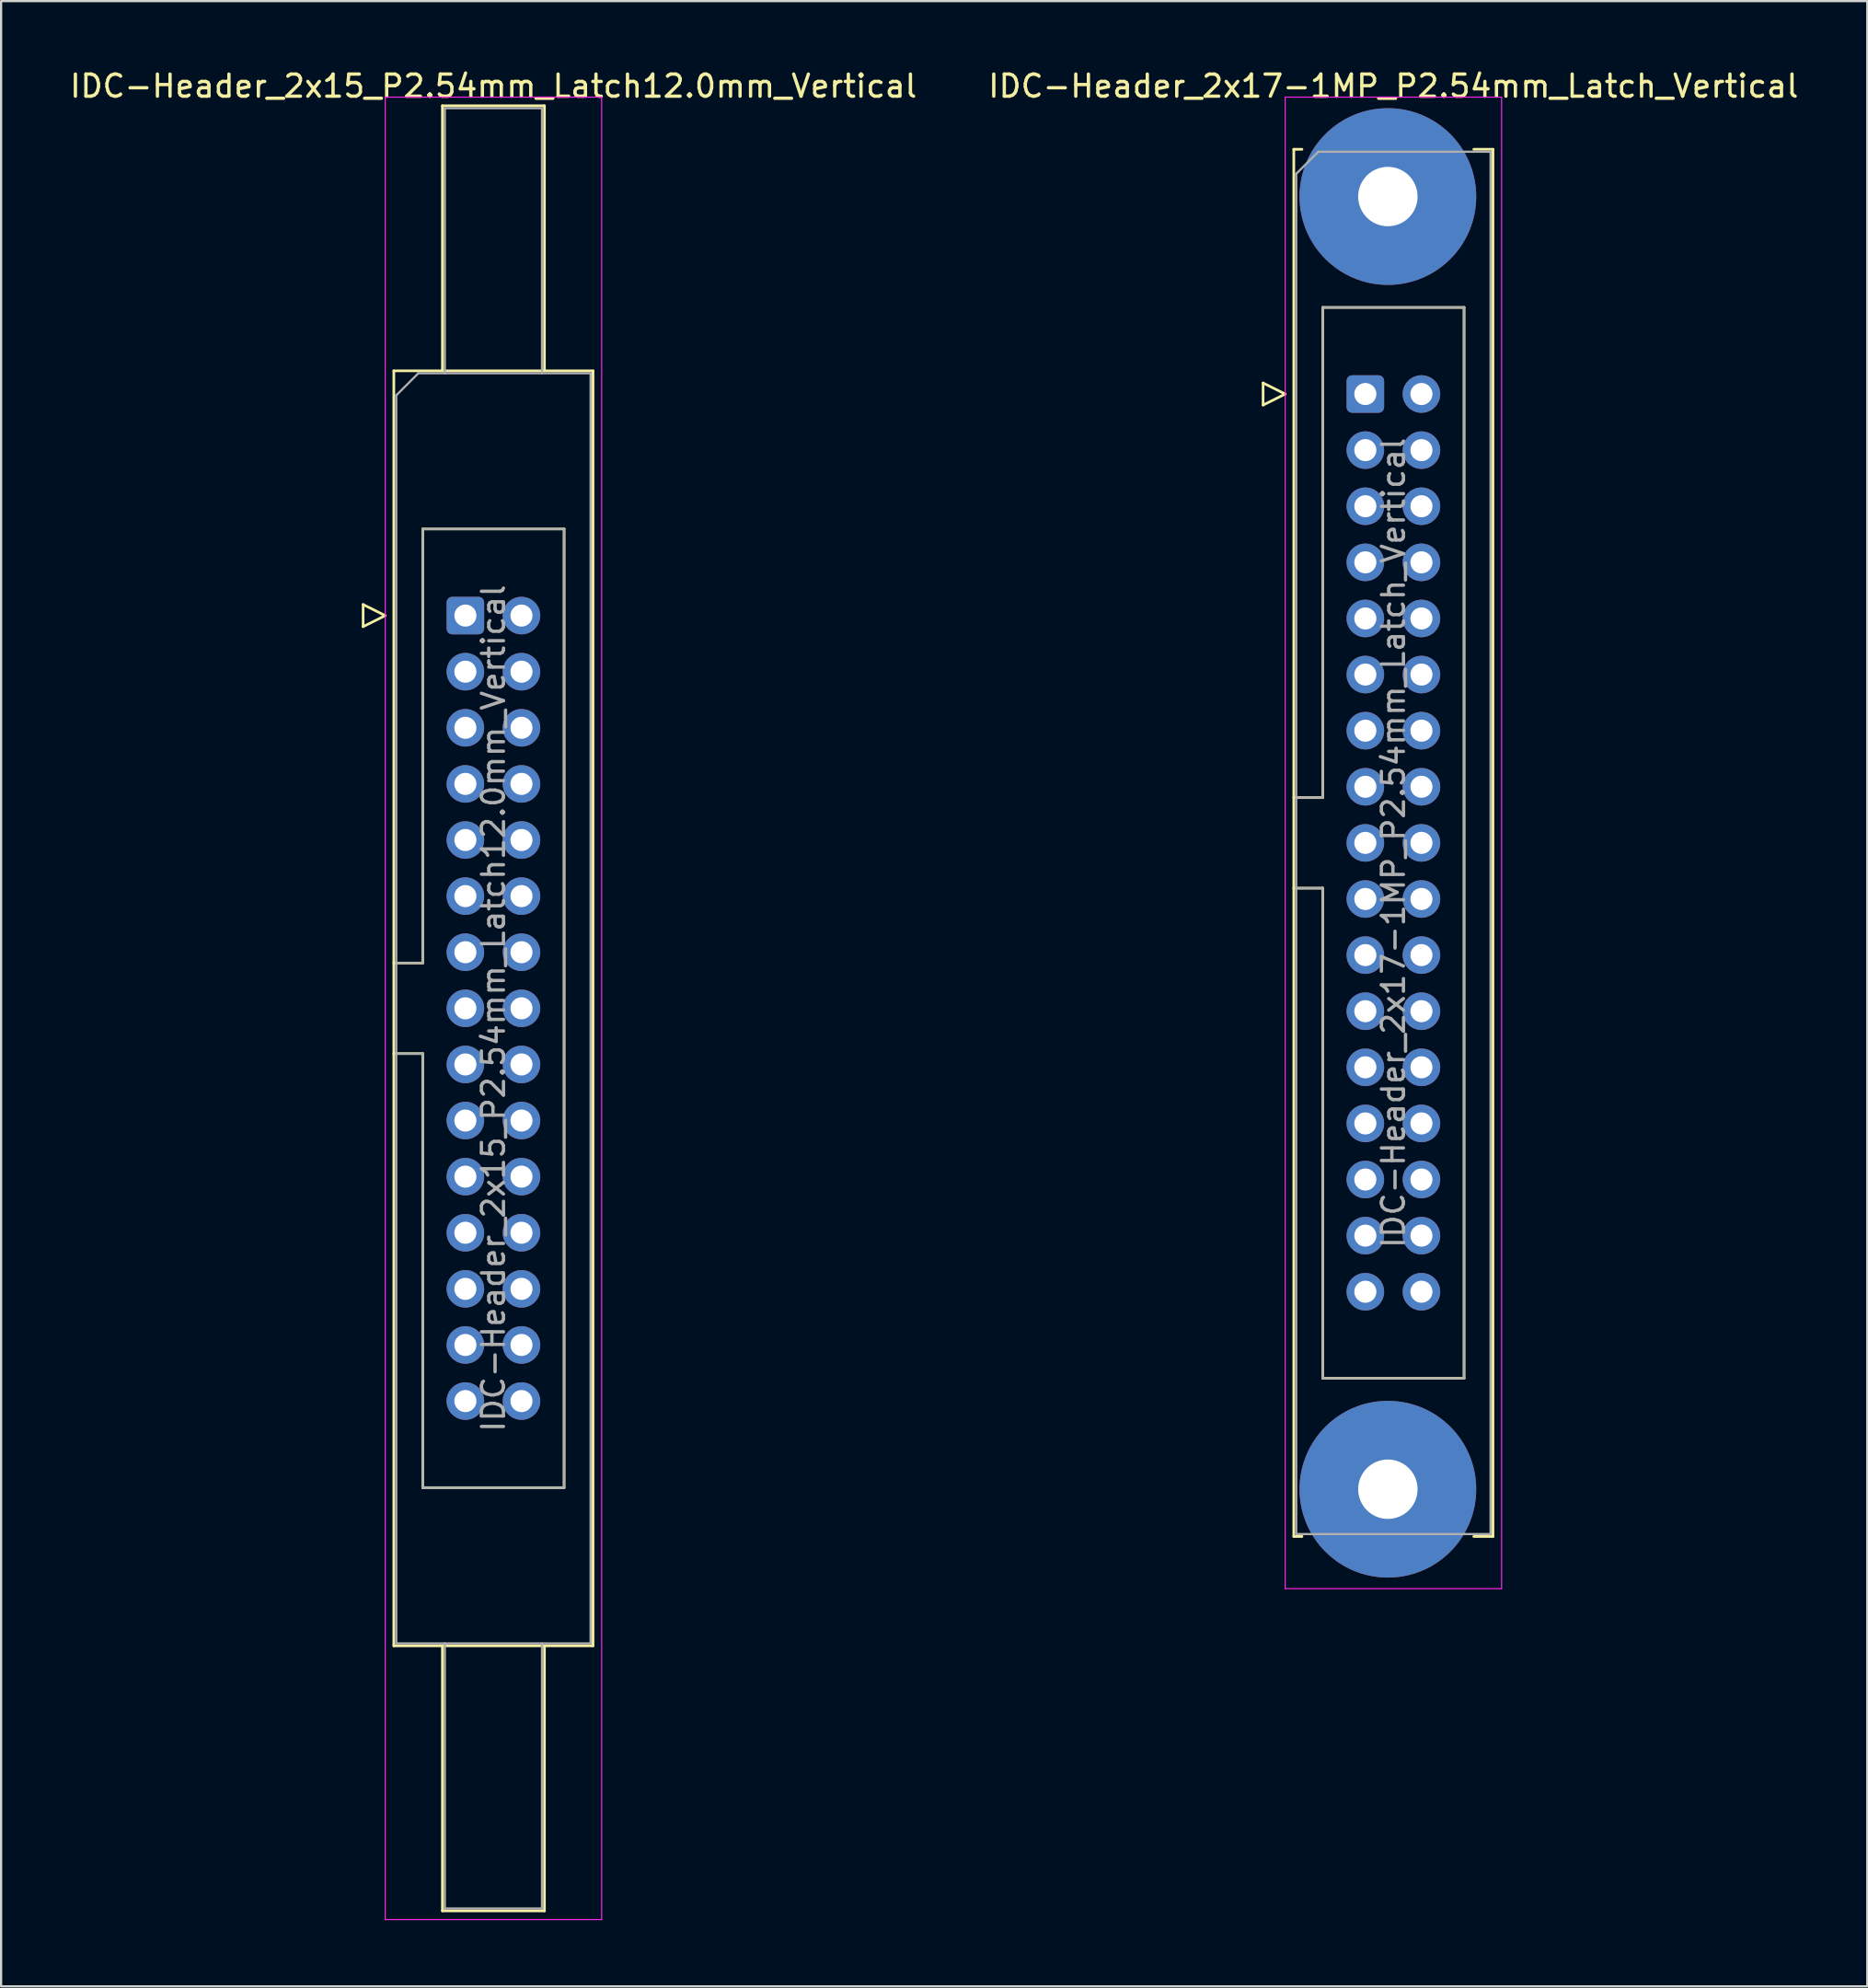
<source format=kicad_pcb>
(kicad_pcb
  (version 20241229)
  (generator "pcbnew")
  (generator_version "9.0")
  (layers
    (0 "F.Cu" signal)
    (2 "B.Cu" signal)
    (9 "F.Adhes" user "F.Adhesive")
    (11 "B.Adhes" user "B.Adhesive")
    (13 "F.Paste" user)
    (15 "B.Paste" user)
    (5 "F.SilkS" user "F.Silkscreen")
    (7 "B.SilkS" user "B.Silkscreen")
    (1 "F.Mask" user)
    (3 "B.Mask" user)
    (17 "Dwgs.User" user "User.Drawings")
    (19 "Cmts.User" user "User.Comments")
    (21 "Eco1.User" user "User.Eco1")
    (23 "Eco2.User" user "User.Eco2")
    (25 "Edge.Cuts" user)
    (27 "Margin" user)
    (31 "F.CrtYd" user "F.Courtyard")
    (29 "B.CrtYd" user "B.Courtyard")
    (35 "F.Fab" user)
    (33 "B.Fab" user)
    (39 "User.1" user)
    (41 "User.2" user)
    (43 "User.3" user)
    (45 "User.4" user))
  (footprint "IDC-Header_2x15_P2.54mm_Latch12.0mm_Vertical"
    (layer "F.Cu")
    (at 18.022 24.818)
    (property "Reference" "IDC-Header_2x15_P2.54mm_Latch12.0mm_Vertical" (at 1.27 -23.97 0) (layer "F.SilkS") (effects (font (size 1 1) (thickness 0.15))))
    (attr through_hole)
    (fp_line (start -4.63 -0.5) (end -4.63 0.5) (stroke (width 0.12) (type solid)) (layer "F.SilkS"))
    (fp_line (start -4.63 0.5) (end -3.63 0) (stroke (width 0.12) (type solid)) (layer "F.SilkS"))
    (fp_line (start -3.63 0) (end -4.63 -0.5) (stroke (width 0.12) (type solid)) (layer "F.SilkS"))
    (fp_line (start -3.24 -11.08) (end 5.78 -11.08) (stroke (width 0.12) (type solid)) (layer "F.SilkS"))
    (fp_line (start -3.24 15.73) (end -1.93 15.73) (stroke (width 0.12) (type solid)) (layer "F.SilkS"))
    (fp_line (start -3.24 46.64) (end -3.24 -11.08) (stroke (width 0.12) (type solid)) (layer "F.SilkS"))
    (fp_line (start -1.93 -3.92) (end 4.47 -3.92) (stroke (width 0.12) (type solid)) (layer "F.SilkS"))
    (fp_line (start -1.93 15.73) (end -1.93 -3.92) (stroke (width 0.12) (type solid)) (layer "F.SilkS"))
    (fp_line (start -1.93 19.83) (end -3.24 19.83) (stroke (width 0.12) (type solid)) (layer "F.SilkS"))
    (fp_line (start -1.93 19.83) (end -1.93 19.83) (stroke (width 0.12) (type solid)) (layer "F.SilkS"))
    (fp_line (start -1.93 39.48) (end -1.93 19.83) (stroke (width 0.12) (type solid)) (layer "F.SilkS"))
    (fp_line (start -1.04 -23.08) (end 3.58 -23.08) (stroke (width 0.12) (type solid)) (layer "F.SilkS"))
    (fp_line (start -1.04 -11.08) (end -1.04 -23.08) (stroke (width 0.12) (type solid)) (layer "F.SilkS"))
    (fp_line (start -1.04 46.64) (end -1.04 58.64) (stroke (width 0.12) (type solid)) (layer "F.SilkS"))
    (fp_line (start -1.04 58.64) (end 3.58 58.64) (stroke (width 0.12) (type solid)) (layer "F.SilkS"))
    (fp_line (start 3.58 -23.08) (end 3.58 -11.08) (stroke (width 0.12) (type solid)) (layer "F.SilkS"))
    (fp_line (start 3.58 58.64) (end 3.58 46.64) (stroke (width 0.12) (type solid)) (layer "F.SilkS"))
    (fp_line (start 4.47 -3.92) (end 4.47 39.48) (stroke (width 0.12) (type solid)) (layer "F.SilkS"))
    (fp_line (start 4.47 39.48) (end -1.93 39.48) (stroke (width 0.12) (type solid)) (layer "F.SilkS"))
    (fp_line (start 5.78 -11.08) (end 5.78 46.64) (stroke (width 0.12) (type solid)) (layer "F.SilkS"))
    (fp_line (start 5.78 46.64) (end -3.24 46.64) (stroke (width 0.12) (type solid)) (layer "F.SilkS"))
    (fp_line (start -3.63 -23.47) (end -3.63 59.03) (stroke (width 0.05) (type solid)) (layer "F.CrtYd"))
    (fp_line (start -3.63 59.03) (end 6.17 59.03) (stroke (width 0.05) (type solid)) (layer "F.CrtYd"))
    (fp_line (start 6.17 -23.47) (end -3.63 -23.47) (stroke (width 0.05) (type solid)) (layer "F.CrtYd"))
    (fp_line (start 6.17 59.03) (end 6.17 -23.47) (stroke (width 0.05) (type solid)) (layer "F.CrtYd"))
    (fp_line (start -3.13 -9.97) (end -2.13 -10.97) (stroke (width 0.1) (type solid)) (layer "F.Fab"))
    (fp_line (start -3.13 15.73) (end -1.93 15.73) (stroke (width 0.1) (type solid)) (layer "F.Fab"))
    (fp_line (start -3.13 46.53) (end -3.13 -9.97) (stroke (width 0.1) (type solid)) (layer "F.Fab"))
    (fp_line (start -2.13 -10.97) (end 5.67 -10.97) (stroke (width 0.1) (type solid)) (layer "F.Fab"))
    (fp_line (start -1.93 -3.92) (end 4.47 -3.92) (stroke (width 0.1) (type solid)) (layer "F.Fab"))
    (fp_line (start -1.93 15.73) (end -1.93 -3.92) (stroke (width 0.1) (type solid)) (layer "F.Fab"))
    (fp_line (start -1.93 19.83) (end -3.13 19.83) (stroke (width 0.1) (type solid)) (layer "F.Fab"))
    (fp_line (start -1.93 19.83) (end -1.93 19.83) (stroke (width 0.1) (type solid)) (layer "F.Fab"))
    (fp_line (start -1.93 39.48) (end -1.93 19.83) (stroke (width 0.1) (type solid)) (layer "F.Fab"))
    (fp_line (start -0.93 -22.97) (end 3.47 -22.97) (stroke (width 0.1) (type solid)) (layer "F.Fab"))
    (fp_line (start -0.93 -10.97) (end -0.93 -22.97) (stroke (width 0.1) (type solid)) (layer "F.Fab"))
    (fp_line (start -0.93 46.53) (end -0.93 58.53) (stroke (width 0.1) (type solid)) (layer "F.Fab"))
    (fp_line (start -0.93 58.53) (end 3.47 58.53) (stroke (width 0.1) (type solid)) (layer "F.Fab"))
    (fp_line (start 3.47 -22.97) (end 3.47 -10.97) (stroke (width 0.1) (type solid)) (layer "F.Fab"))
    (fp_line (start 3.47 58.53) (end 3.47 46.53) (stroke (width 0.1) (type solid)) (layer "F.Fab"))
    (fp_line (start 4.47 -3.92) (end 4.47 39.48) (stroke (width 0.1) (type solid)) (layer "F.Fab"))
    (fp_line (start 4.47 39.48) (end -1.93 39.48) (stroke (width 0.1) (type solid)) (layer "F.Fab"))
    (fp_line (start 5.67 -10.97) (end 5.67 46.53) (stroke (width 0.1) (type solid)) (layer "F.Fab"))
    (fp_line (start 5.67 46.53) (end -3.13 46.53) (stroke (width 0.1) (type solid)) (layer "F.Fab"))
    (fp_text user "${REFERENCE}" (at 1.27 17.78 90) (layer "F.Fab") (effects (font (size 1 1) (thickness 0.15))))
    (pad "1" thru_hole roundrect (at 0 0) (size 1.7 1.7) (drill 1) (layers "*.Cu" "*.Mask") (roundrect_rratio 0.147))
    (pad "2" thru_hole circle (at 2.54 0) (size 1.7 1.7) (drill 1) (layers "*.Cu" "*.Mask"))
    (pad "3" thru_hole circle (at 0 2.54) (size 1.7 1.7) (drill 1) (layers "*.Cu" "*.Mask"))
    (pad "4" thru_hole circle (at 2.54 2.54) (size 1.7 1.7) (drill 1) (layers "*.Cu" "*.Mask"))
    (pad "5" thru_hole circle (at 0 5.08) (size 1.7 1.7) (drill 1) (layers "*.Cu" "*.Mask"))
    (pad "6" thru_hole circle (at 2.54 5.08) (size 1.7 1.7) (drill 1) (layers "*.Cu" "*.Mask"))
    (pad "7" thru_hole circle (at 0 7.62) (size 1.7 1.7) (drill 1) (layers "*.Cu" "*.Mask"))
    (pad "8" thru_hole circle (at 2.54 7.62) (size 1.7 1.7) (drill 1) (layers "*.Cu" "*.Mask"))
    (pad "9" thru_hole circle (at 0 10.16) (size 1.7 1.7) (drill 1) (layers "*.Cu" "*.Mask"))
    (pad "10" thru_hole circle (at 2.54 10.16) (size 1.7 1.7) (drill 1) (layers "*.Cu" "*.Mask"))
    (pad "11" thru_hole circle (at 0 12.7) (size 1.7 1.7) (drill 1) (layers "*.Cu" "*.Mask"))
    (pad "12" thru_hole circle (at 2.54 12.7) (size 1.7 1.7) (drill 1) (layers "*.Cu" "*.Mask"))
    (pad "13" thru_hole circle (at 0 15.24) (size 1.7 1.7) (drill 1) (layers "*.Cu" "*.Mask"))
    (pad "14" thru_hole circle (at 2.54 15.24) (size 1.7 1.7) (drill 1) (layers "*.Cu" "*.Mask"))
    (pad "15" thru_hole circle (at 0 17.78) (size 1.7 1.7) (drill 1) (layers "*.Cu" "*.Mask"))
    (pad "16" thru_hole circle (at 2.54 17.78) (size 1.7 1.7) (drill 1) (layers "*.Cu" "*.Mask"))
    (pad "17" thru_hole circle (at 0 20.32) (size 1.7 1.7) (drill 1) (layers "*.Cu" "*.Mask"))
    (pad "18" thru_hole circle (at 2.54 20.32) (size 1.7 1.7) (drill 1) (layers "*.Cu" "*.Mask"))
    (pad "19" thru_hole circle (at 0 22.86) (size 1.7 1.7) (drill 1) (layers "*.Cu" "*.Mask"))
    (pad "20" thru_hole circle (at 2.54 22.86) (size 1.7 1.7) (drill 1) (layers "*.Cu" "*.Mask"))
    (pad "21" thru_hole circle (at 0 25.4) (size 1.7 1.7) (drill 1) (layers "*.Cu" "*.Mask"))
    (pad "22" thru_hole circle (at 2.54 25.4) (size 1.7 1.7) (drill 1) (layers "*.Cu" "*.Mask"))
    (pad "23" thru_hole circle (at 0 27.94) (size 1.7 1.7) (drill 1) (layers "*.Cu" "*.Mask"))
    (pad "24" thru_hole circle (at 2.54 27.94) (size 1.7 1.7) (drill 1) (layers "*.Cu" "*.Mask"))
    (pad "25" thru_hole circle (at 0 30.48) (size 1.7 1.7) (drill 1) (layers "*.Cu" "*.Mask"))
    (pad "26" thru_hole circle (at 2.54 30.48) (size 1.7 1.7) (drill 1) (layers "*.Cu" "*.Mask"))
    (pad "27" thru_hole circle (at 0 33.02) (size 1.7 1.7) (drill 1) (layers "*.Cu" "*.Mask"))
    (pad "28" thru_hole circle (at 2.54 33.02) (size 1.7 1.7) (drill 1) (layers "*.Cu" "*.Mask"))
    (pad "29" thru_hole circle (at 0 35.56) (size 1.7 1.7) (drill 1) (layers "*.Cu" "*.Mask"))
    (pad "30" thru_hole circle (at 2.54 35.56) (size 1.7 1.7) (drill 1) (layers "*.Cu" "*.Mask")))
  (footprint "IDC-Header_2x17-1MP_P2.54mm_Latch_Vertical"
    (layer "F.Cu")
    (at 58.772 14.788)
    (property "Reference" "IDC-Header_2x17-1MP_P2.54mm_Latch_Vertical" (at 1.27 -13.94 0) (layer "F.SilkS") (effects (font (size 1 1) (thickness 0.15))))
    (attr through_hole)
    (fp_line (start -4.63 -0.5) (end -4.63 0.5) (stroke (width 0.12) (type solid)) (layer "F.SilkS"))
    (fp_line (start -4.63 0.5) (end -3.63 0) (stroke (width 0.12) (type solid)) (layer "F.SilkS"))
    (fp_line (start -3.63 0) (end -4.63 -0.5) (stroke (width 0.12) (type solid)) (layer "F.SilkS"))
    (fp_line (start -3.24 -11.08) (end -3.24 51.72) (stroke (width 0.12) (type solid)) (layer "F.SilkS"))
    (fp_line (start -3.24 18.27) (end -1.93 18.27) (stroke (width 0.12) (type solid)) (layer "F.SilkS"))
    (fp_line (start -3.24 51.72) (end -2.87 51.72) (stroke (width 0.12) (type solid)) (layer "F.SilkS"))
    (fp_line (start -2.87 -11.08) (end -3.24 -11.08) (stroke (width 0.12) (type solid)) (layer "F.SilkS"))
    (fp_line (start -1.93 -3.92) (end 4.47 -3.92) (stroke (width 0.12) (type solid)) (layer "F.SilkS"))
    (fp_line (start -1.93 18.27) (end -1.93 -3.92) (stroke (width 0.12) (type solid)) (layer "F.SilkS"))
    (fp_line (start -1.93 22.37) (end -3.24 22.37) (stroke (width 0.12) (type solid)) (layer "F.SilkS"))
    (fp_line (start -1.93 22.37) (end -1.93 22.37) (stroke (width 0.12) (type solid)) (layer "F.SilkS"))
    (fp_line (start -1.93 44.56) (end -1.93 22.37) (stroke (width 0.12) (type solid)) (layer "F.SilkS"))
    (fp_line (start 4.47 -3.92) (end 4.47 44.56) (stroke (width 0.12) (type solid)) (layer "F.SilkS"))
    (fp_line (start 4.47 44.56) (end -1.93 44.56) (stroke (width 0.12) (type solid)) (layer "F.SilkS"))
    (fp_line (start 4.91 -11.08) (end 5.78 -11.08) (stroke (width 0.12) (type solid)) (layer "F.SilkS"))
    (fp_line (start 5.78 -11.08) (end 5.78 51.72) (stroke (width 0.12) (type solid)) (layer "F.SilkS"))
    (fp_line (start 5.78 51.72) (end 4.91 51.72) (stroke (width 0.12) (type solid)) (layer "F.SilkS"))
    (fp_line (start -3.63 -13.44) (end -3.63 54.08) (stroke (width 0.05) (type solid)) (layer "F.CrtYd"))
    (fp_line (start -3.63 54.08) (end 6.17 54.08) (stroke (width 0.05) (type solid)) (layer "F.CrtYd"))
    (fp_line (start 6.17 -13.44) (end -3.63 -13.44) (stroke (width 0.05) (type solid)) (layer "F.CrtYd"))
    (fp_line (start 6.17 54.08) (end 6.17 -13.44) (stroke (width 0.05) (type solid)) (layer "F.CrtYd"))
    (fp_line (start -3.13 -9.97) (end -2.13 -10.97) (stroke (width 0.1) (type solid)) (layer "F.Fab"))
    (fp_line (start -3.13 18.27) (end -1.93 18.27) (stroke (width 0.1) (type solid)) (layer "F.Fab"))
    (fp_line (start -3.13 51.61) (end -3.13 -9.97) (stroke (width 0.1) (type solid)) (layer "F.Fab"))
    (fp_line (start -2.13 -10.97) (end 5.67 -10.97) (stroke (width 0.1) (type solid)) (layer "F.Fab"))
    (fp_line (start -1.93 -3.92) (end 4.47 -3.92) (stroke (width 0.1) (type solid)) (layer "F.Fab"))
    (fp_line (start -1.93 18.27) (end -1.93 -3.92) (stroke (width 0.1) (type solid)) (layer "F.Fab"))
    (fp_line (start -1.93 22.37) (end -3.13 22.37) (stroke (width 0.1) (type solid)) (layer "F.Fab"))
    (fp_line (start -1.93 22.37) (end -1.93 22.37) (stroke (width 0.1) (type solid)) (layer "F.Fab"))
    (fp_line (start -1.93 44.56) (end -1.93 22.37) (stroke (width 0.1) (type solid)) (layer "F.Fab"))
    (fp_line (start 4.47 -3.92) (end 4.47 44.56) (stroke (width 0.1) (type solid)) (layer "F.Fab"))
    (fp_line (start 4.47 44.56) (end -1.93 44.56) (stroke (width 0.1) (type solid)) (layer "F.Fab"))
    (fp_line (start 5.67 -10.97) (end 5.67 51.61) (stroke (width 0.1) (type solid)) (layer "F.Fab"))
    (fp_line (start 5.67 51.61) (end -3.13 51.61) (stroke (width 0.1) (type solid)) (layer "F.Fab"))
    (fp_text user "${REFERENCE}" (at 1.27 20.32 90) (layer "F.Fab") (effects (font (size 1 1) (thickness 0.15))))
    (pad "1" thru_hole roundrect (at 0 0) (size 1.7 1.7) (drill 1) (layers "*.Cu" "*.Mask") (roundrect_rratio 0.147))
    (pad "2" thru_hole circle (at 2.54 0) (size 1.7 1.7) (drill 1) (layers "*.Cu" "*.Mask"))
    (pad "3" thru_hole circle (at 0 2.54) (size 1.7 1.7) (drill 1) (layers "*.Cu" "*.Mask"))
    (pad "4" thru_hole circle (at 2.54 2.54) (size 1.7 1.7) (drill 1) (layers "*.Cu" "*.Mask"))
    (pad "5" thru_hole circle (at 0 5.08) (size 1.7 1.7) (drill 1) (layers "*.Cu" "*.Mask"))
    (pad "6" thru_hole circle (at 2.54 5.08) (size 1.7 1.7) (drill 1) (layers "*.Cu" "*.Mask"))
    (pad "7" thru_hole circle (at 0 7.62) (size 1.7 1.7) (drill 1) (layers "*.Cu" "*.Mask"))
    (pad "8" thru_hole circle (at 2.54 7.62) (size 1.7 1.7) (drill 1) (layers "*.Cu" "*.Mask"))
    (pad "9" thru_hole circle (at 0 10.16) (size 1.7 1.7) (drill 1) (layers "*.Cu" "*.Mask"))
    (pad "10" thru_hole circle (at 2.54 10.16) (size 1.7 1.7) (drill 1) (layers "*.Cu" "*.Mask"))
    (pad "11" thru_hole circle (at 0 12.7) (size 1.7 1.7) (drill 1) (layers "*.Cu" "*.Mask"))
    (pad "12" thru_hole circle (at 2.54 12.7) (size 1.7 1.7) (drill 1) (layers "*.Cu" "*.Mask"))
    (pad "13" thru_hole circle (at 0 15.24) (size 1.7 1.7) (drill 1) (layers "*.Cu" "*.Mask"))
    (pad "14" thru_hole circle (at 2.54 15.24) (size 1.7 1.7) (drill 1) (layers "*.Cu" "*.Mask"))
    (pad "15" thru_hole circle (at 0 17.78) (size 1.7 1.7) (drill 1) (layers "*.Cu" "*.Mask"))
    (pad "16" thru_hole circle (at 2.54 17.78) (size 1.7 1.7) (drill 1) (layers "*.Cu" "*.Mask"))
    (pad "17" thru_hole circle (at 0 20.32) (size 1.7 1.7) (drill 1) (layers "*.Cu" "*.Mask"))
    (pad "18" thru_hole circle (at 2.54 20.32) (size 1.7 1.7) (drill 1) (layers "*.Cu" "*.Mask"))
    (pad "19" thru_hole circle (at 0 22.86) (size 1.7 1.7) (drill 1) (layers "*.Cu" "*.Mask"))
    (pad "20" thru_hole circle (at 2.54 22.86) (size 1.7 1.7) (drill 1) (layers "*.Cu" "*.Mask"))
    (pad "21" thru_hole circle (at 0 25.4) (size 1.7 1.7) (drill 1) (layers "*.Cu" "*.Mask"))
    (pad "22" thru_hole circle (at 2.54 25.4) (size 1.7 1.7) (drill 1) (layers "*.Cu" "*.Mask"))
    (pad "23" thru_hole circle (at 0 27.94) (size 1.7 1.7) (drill 1) (layers "*.Cu" "*.Mask"))
    (pad "24" thru_hole circle (at 2.54 27.94) (size 1.7 1.7) (drill 1) (layers "*.Cu" "*.Mask"))
    (pad "25" thru_hole circle (at 0 30.48) (size 1.7 1.7) (drill 1) (layers "*.Cu" "*.Mask"))
    (pad "26" thru_hole circle (at 2.54 30.48) (size 1.7 1.7) (drill 1) (layers "*.Cu" "*.Mask"))
    (pad "27" thru_hole circle (at 0 33.02) (size 1.7 1.7) (drill 1) (layers "*.Cu" "*.Mask"))
    (pad "28" thru_hole circle (at 2.54 33.02) (size 1.7 1.7) (drill 1) (layers "*.Cu" "*.Mask"))
    (pad "29" thru_hole circle (at 0 35.56) (size 1.7 1.7) (drill 1) (layers "*.Cu" "*.Mask"))
    (pad "30" thru_hole circle (at 2.54 35.56) (size 1.7 1.7) (drill 1) (layers "*.Cu" "*.Mask"))
    (pad "31" thru_hole circle (at 0 38.1) (size 1.7 1.7) (drill 1) (layers "*.Cu" "*.Mask"))
    (pad "32" thru_hole circle (at 2.54 38.1) (size 1.7 1.7) (drill 1) (layers "*.Cu" "*.Mask"))
    (pad "33" thru_hole circle (at 0 40.64) (size 1.7 1.7) (drill 1) (layers "*.Cu" "*.Mask"))
    (pad "34" thru_hole circle (at 2.54 40.64) (size 1.7 1.7) (drill 1) (layers "*.Cu" "*.Mask"))
    (pad "MP" thru_hole circle (at 1.02 -8.94) (size 8 8) (drill 2.69) (layers "*.Cu" "*.Mask"))
    (pad "MP" thru_hole circle (at 1.02 49.58) (size 8 8) (drill 2.69) (layers "*.Cu" "*.Mask")))
  (gr_rect
    (start -3 -3)
    (end 81.5 86.873)
    (stroke (width 0.1) (type default))
    (fill no)
    (layer "Edge.Cuts")))
</source>
